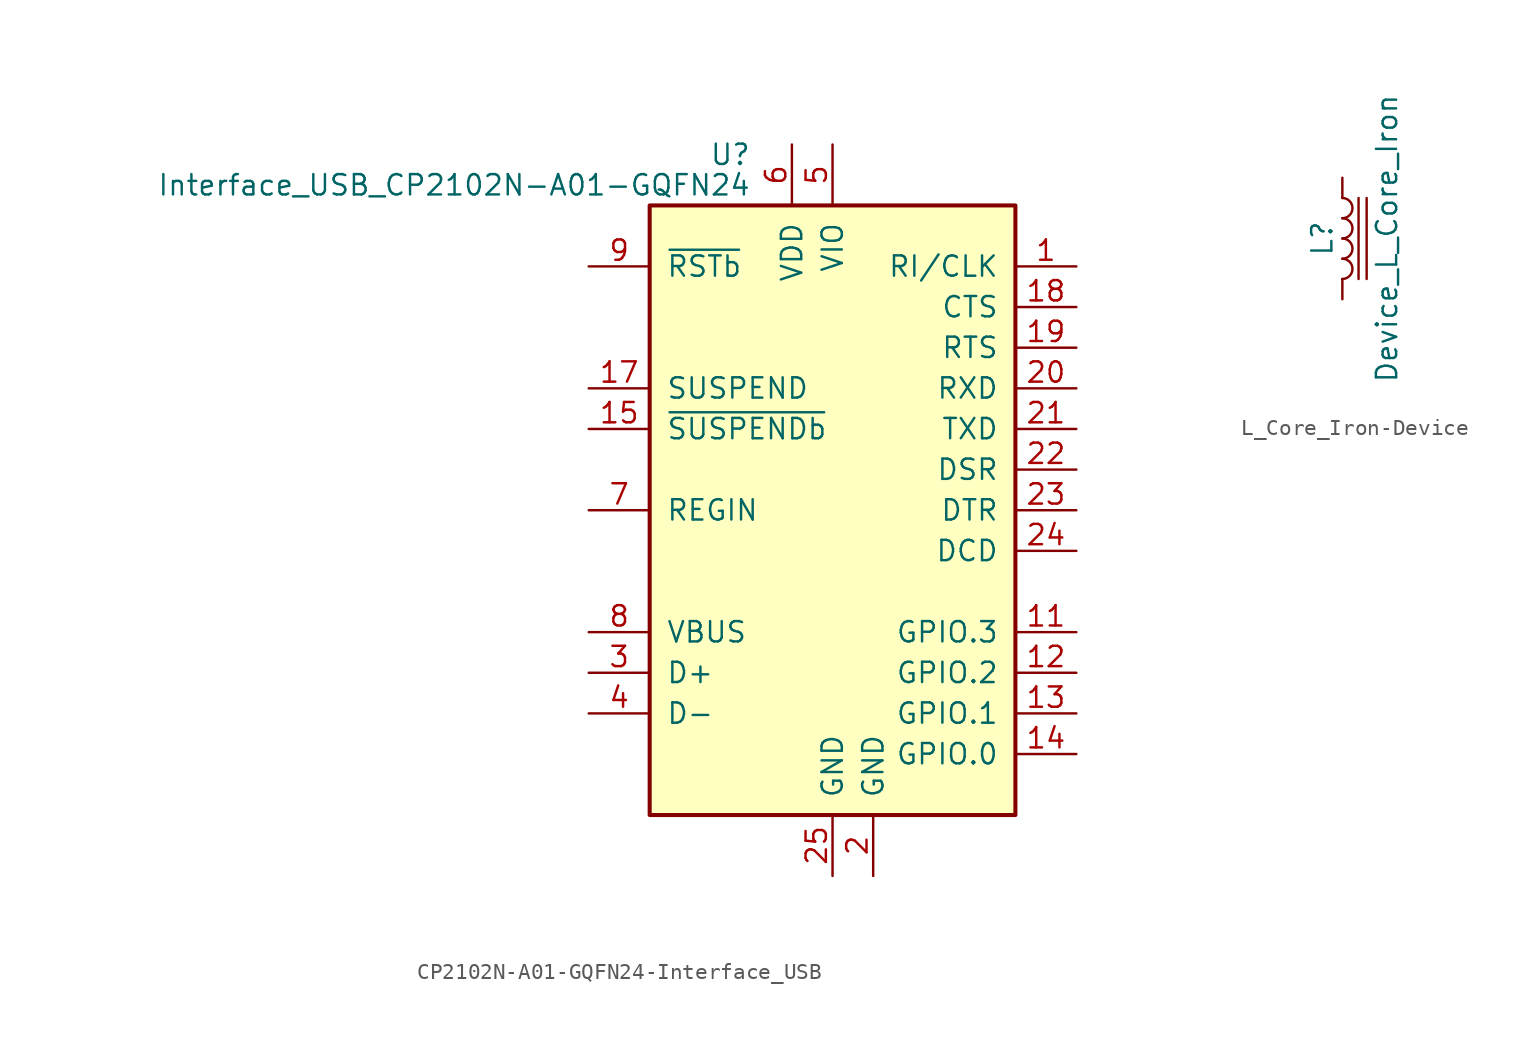
<source format=kicad_sym>
(kicad_symbol_lib
  (version 20220914)
  (generator kicad_symbol_editor)
  (symbol "CP2102N-A01-GQFN24-Interface_USB"
    (pin_names
      (offset 1.016))
    (property "Reference" "U"
      (at -5.08 22.225 0)
      (effects (font (size 1.27 1.27)) (justify right)))
    (property "Value" "Interface_USB_CP2102N-A01-GQFN24"
      (at -5.08 20.32 0)
      (effects (font (size 1.27 1.27)) (justify right)))
    (symbol "CP2102N-A01-GQFN24-Interface_USB_0_1"
      (rectangle (start -11.43 19.05) (end 11.43 -19.05) (stroke (width 0.254) (type solid)) (fill (type background))))
    (symbol "CP2102N-A01-GQFN24-Interface_USB_1_1"
      (pin bidirectional line (at 15.24 15.24 180) (length 3.81) (name "RI/CLK" (effects (font (size 1.27 1.27)))) (number "1" (effects (font (size 1.27 1.27)))))
      (pin no_connect line (at 10.16 -22.86 90) (length 3.81) hide (name "NC" (effects (font (size 1.27 1.27)))) (number "10" (effects (font (size 1.27 1.27)))))
      (pin bidirectional line (at 15.24 -7.62 180) (length 3.81) (name "GPIO.3" (effects (font (size 1.27 1.27)))) (number "11" (effects (font (size 1.27 1.27)))))
      (pin bidirectional line (at 15.24 -10.16 180) (length 3.81) (name "GPIO.2" (effects (font (size 1.27 1.27)))) (number "12" (effects (font (size 1.27 1.27)))))
      (pin bidirectional line (at 15.24 -12.7 180) (length 3.81) (name "GPIO.1" (effects (font (size 1.27 1.27)))) (number "13" (effects (font (size 1.27 1.27)))))
      (pin bidirectional line (at 15.24 -15.24 180) (length 3.81) (name "GPIO.0" (effects (font (size 1.27 1.27)))) (number "14" (effects (font (size 1.27 1.27)))))
      (pin output line (at -15.24 5.08 0) (length 3.81) (name "~{SUSPENDb}" (effects (font (size 1.27 1.27)))) (number "15" (effects (font (size 1.27 1.27)))))
      (pin no_connect line (at 7.62 -22.86 90) (length 3.81) hide (name "NC" (effects (font (size 1.27 1.27)))) (number "16" (effects (font (size 1.27 1.27)))))
      (pin output line (at -15.24 7.62 0) (length 3.81) (name "SUSPEND" (effects (font (size 1.27 1.27)))) (number "17" (effects (font (size 1.27 1.27)))))
      (pin input line (at 15.24 12.7 180) (length 3.81) (name "CTS" (effects (font (size 1.27 1.27)))) (number "18" (effects (font (size 1.27 1.27)))))
      (pin output line (at 15.24 10.16 180) (length 3.81) (name "RTS" (effects (font (size 1.27 1.27)))) (number "19" (effects (font (size 1.27 1.27)))))
      (pin power_in line (at 2.54 -22.86 90) (length 3.81) (name "GND" (effects (font (size 1.27 1.27)))) (number "2" (effects (font (size 1.27 1.27)))))
      (pin input line (at 15.24 7.62 180) (length 3.81) (name "RXD" (effects (font (size 1.27 1.27)))) (number "20" (effects (font (size 1.27 1.27)))))
      (pin output line (at 15.24 5.08 180) (length 3.81) (name "TXD" (effects (font (size 1.27 1.27)))) (number "21" (effects (font (size 1.27 1.27)))))
      (pin input line (at 15.24 2.54 180) (length 3.81) (name "DSR" (effects (font (size 1.27 1.27)))) (number "22" (effects (font (size 1.27 1.27)))))
      (pin output line (at 15.24 0 180) (length 3.81) (name "DTR" (effects (font (size 1.27 1.27)))) (number "23" (effects (font (size 1.27 1.27)))))
      (pin input line (at 15.24 -2.54 180) (length 3.81) (name "DCD" (effects (font (size 1.27 1.27)))) (number "24" (effects (font (size 1.27 1.27)))))
      (pin power_in line (at 0 -22.86 90) (length 3.81) (name "GND" (effects (font (size 1.27 1.27)))) (number "25" (effects (font (size 1.27 1.27)))))
      (pin bidirectional line (at -15.24 -10.16 0) (length 3.81) (name "D+" (effects (font (size 1.27 1.27)))) (number "3" (effects (font (size 1.27 1.27)))))
      (pin bidirectional line (at -15.24 -12.7 0) (length 3.81) (name "D-" (effects (font (size 1.27 1.27)))) (number "4" (effects (font (size 1.27 1.27)))))
      (pin power_in line (at 0 22.86 270) (length 3.81) (name "VIO" (effects (font (size 1.27 1.27)))) (number "5" (effects (font (size 1.27 1.27)))))
      (pin power_in line (at -2.54 22.86 270) (length 3.81) (name "VDD" (effects (font (size 1.27 1.27)))) (number "6" (effects (font (size 1.27 1.27)))))
      (pin power_in line (at -15.24 0 0) (length 3.81) (name "REGIN" (effects (font (size 1.27 1.27)))) (number "7" (effects (font (size 1.27 1.27)))))
      (pin input line (at -15.24 -7.62 0) (length 3.81) (name "VBUS" (effects (font (size 1.27 1.27)))) (number "8" (effects (font (size 1.27 1.27)))))
      (pin input line (at -15.24 15.24 0) (length 3.81) (name "~{RSTb}" (effects (font (size 1.27 1.27)))) (number "9" (effects (font (size 1.27 1.27)))))))
  (symbol "L_Core_Iron-Device"
    (pin_numbers hide)
    (pin_names
      (offset 1.016) hide)
    (property "Reference" "L"
      (at -1.27 0 90)
      (effects (font (size 1.27 1.27))))
    (property "Value" "Device_L_Core_Iron"
      (at 2.794 0 90)
      (effects (font (size 1.27 1.27))))
    (symbol "L_Core_Iron-Device_0_1"
      (arc (start 0 -2.54) (mid 0.6323 -1.905) (end 0 -1.27) (stroke (width 0) (type solid)) (fill (type none)))
      (arc (start 0 -1.27) (mid 0.6323 -0.635) (end 0 0) (stroke (width 0) (type solid)) (fill (type none)))
      (polyline (pts (xy 1.016 2.54) (xy 1.016 -2.54)) (stroke (width 0) (type solid)) (fill (type none)))
      (polyline (pts (xy 1.524 -2.54) (xy 1.524 2.54)) (stroke (width 0) (type solid)) (fill (type none)))
      (arc (start 0 0) (mid 0.6323 0.635) (end 0 1.27) (stroke (width 0) (type solid)) (fill (type none)))
      (arc (start 0 1.27) (mid 0.6323 1.905) (end 0 2.54) (stroke (width 0) (type solid)) (fill (type none))))
    (symbol "L_Core_Iron-Device_1_1"
      (pin passive line (at 0 3.81 270) (length 1.27) (name "1" (effects (font (size 1.27 1.27)))) (number "1" (effects (font (size 1.27 1.27)))))
      (pin passive line (at 0 -3.81 90) (length 1.27) (name "2" (effects (font (size 1.27 1.27)))) (number "2" (effects (font (size 1.27 1.27))))))))
</source>
